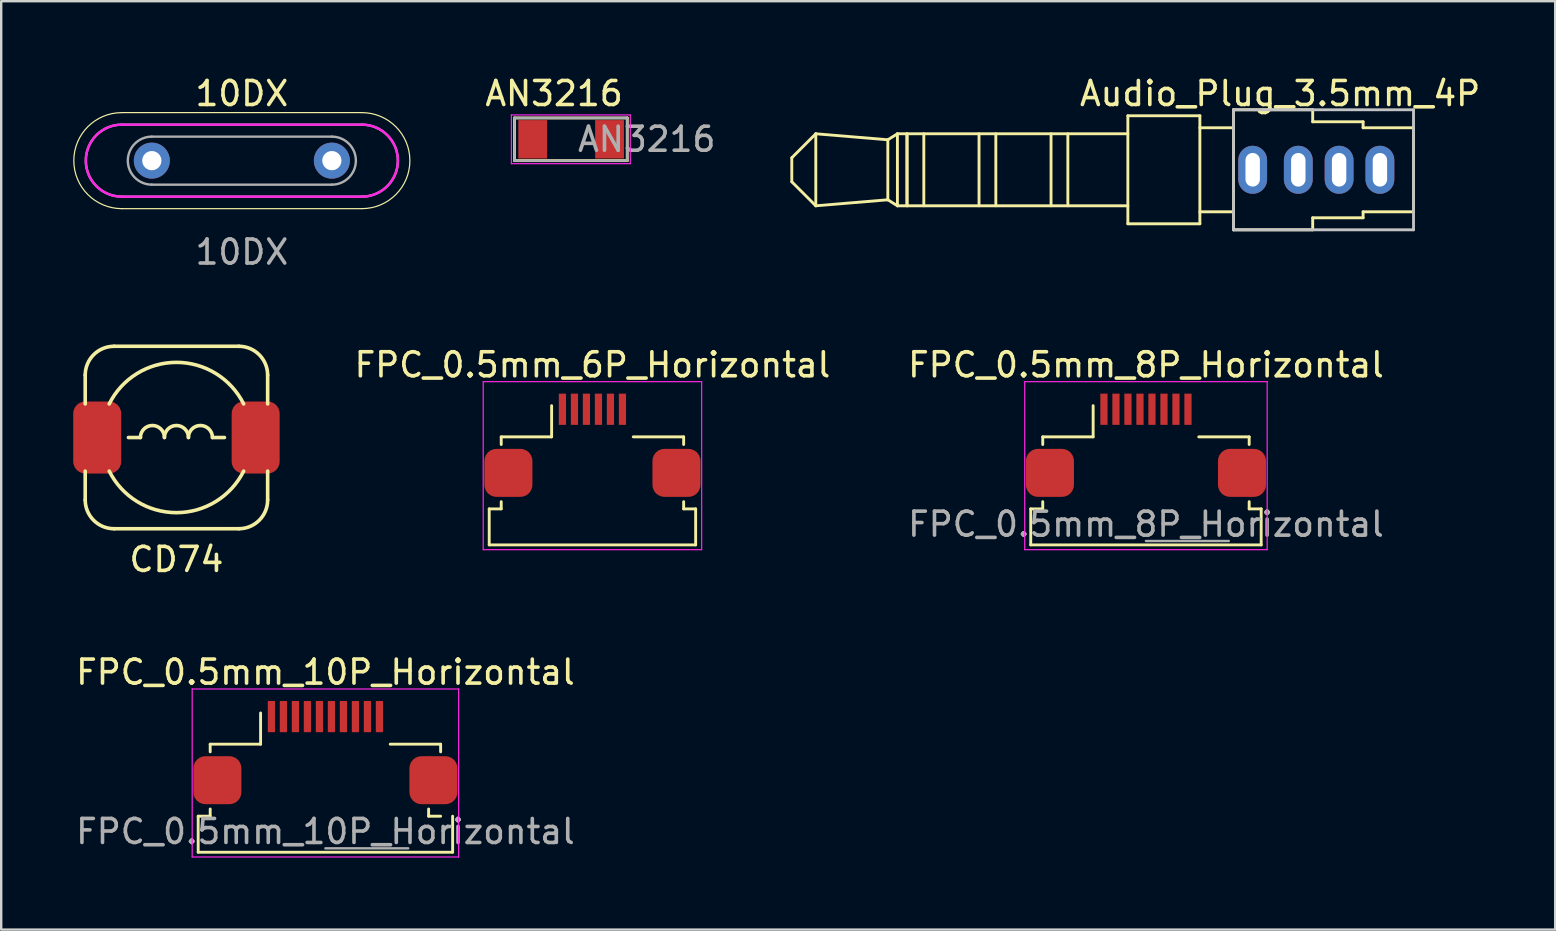
<source format=kicad_pcb>
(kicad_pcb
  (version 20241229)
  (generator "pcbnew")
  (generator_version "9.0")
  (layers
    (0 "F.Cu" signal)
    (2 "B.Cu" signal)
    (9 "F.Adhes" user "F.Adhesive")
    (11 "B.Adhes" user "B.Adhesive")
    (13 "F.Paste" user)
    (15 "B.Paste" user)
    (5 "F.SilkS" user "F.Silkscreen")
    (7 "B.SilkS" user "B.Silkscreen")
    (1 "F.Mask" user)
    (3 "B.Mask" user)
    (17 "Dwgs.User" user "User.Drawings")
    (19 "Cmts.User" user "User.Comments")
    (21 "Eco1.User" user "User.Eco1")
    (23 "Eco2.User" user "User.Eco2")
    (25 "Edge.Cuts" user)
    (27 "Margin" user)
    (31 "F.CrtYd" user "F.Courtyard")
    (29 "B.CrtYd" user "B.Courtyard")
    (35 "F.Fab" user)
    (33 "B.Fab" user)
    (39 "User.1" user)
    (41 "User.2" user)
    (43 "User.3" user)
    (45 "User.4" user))
  (footprint "FPC_0.5mm_8P_Horizontal"
    (layer "F.Cu")
    (at 44.689 15.849)
    (property "Reference" "FPC_0.5mm_8P_Horizontal" (at 0 -3.7 0) (layer "F.SilkS") (effects (font (size 1 1) (thickness 0.15))))
    (attr smd)
    (fp_line (start -4.8 2.3) (end -4.8 3.8) (stroke (width 0.12) (type solid)) (layer "F.SilkS"))
    (fp_line (start -4.8 2.3) (end -4.3 2.3) (stroke (width 0.12) (type solid)) (layer "F.SilkS"))
    (fp_line (start -4.8 3.8) (end 4.8 3.8) (stroke (width 0.12) (type solid)) (layer "F.SilkS"))
    (fp_line (start -4.3 -0.7) (end -4.3 -0.381) (stroke (width 0.12) (type solid)) (layer "F.SilkS"))
    (fp_line (start -4.3 2) (end -4.3 2.3) (stroke (width 0.12) (type solid)) (layer "F.SilkS"))
    (fp_line (start -2.2 -0.7) (end -4.3 -0.7) (stroke (width 0.12) (type solid)) (layer "F.SilkS"))
    (fp_line (start -2.2 -0.7) (end -2.2 -2) (stroke (width 0.12) (type solid)) (layer "F.SilkS"))
    (fp_line (start 2.2 -0.7) (end 4.3 -0.7) (stroke (width 0.12) (type solid)) (layer "F.SilkS"))
    (fp_line (start 4.3 -0.7) (end 4.3 -0.381) (stroke (width 0.12) (type solid)) (layer "F.SilkS"))
    (fp_line (start 4.3 2) (end 4.3 2.3) (stroke (width 0.12) (type solid)) (layer "F.SilkS"))
    (fp_line (start 4.3 2.3) (end 4.8 2.3) (stroke (width 0.12) (type solid)) (layer "F.SilkS"))
    (fp_line (start 4.8 2.3) (end 4.8 3.8) (stroke (width 0.12) (type solid)) (layer "F.SilkS"))
    (fp_line (start -5.05 -3) (end -5.05 4) (stroke (width 0.05) (type solid)) (layer "F.CrtYd"))
    (fp_line (start -5.05 4) (end 5.05 4) (stroke (width 0.05) (type solid)) (layer "F.CrtYd"))
    (fp_line (start 5.05 -3) (end -5.05 -3) (stroke (width 0.05) (type solid)) (layer "F.CrtYd"))
    (fp_line (start 5.05 4) (end 5.05 -3) (stroke (width 0.05) (type solid)) (layer "F.CrtYd"))
    (fp_line (start 3.45 3.638) (end 0 3.638) (stroke (width 0.1) (type solid)) (layer "F.Fab"))
    (fp_text user "${REFERENCE}" (at 0 2.938 0) (layer "F.Fab") (effects (font (size 1 1) (thickness 0.15))))
    (pad "1" smd rect (at -1.75 -1.85) (size 0.3 1.3) (layers "F.Cu" "F.Mask" "F.Paste"))
    (pad "2" smd rect (at -1.25 -1.85) (size 0.3 1.3) (layers "F.Cu" "F.Mask" "F.Paste"))
    (pad "3" smd rect (at -0.75 -1.85) (size 0.3 1.3) (layers "F.Cu" "F.Mask" "F.Paste"))
    (pad "4" smd rect (at -0.25 -1.85) (size 0.3 1.3) (layers "F.Cu" "F.Mask" "F.Paste"))
    (pad "5" smd rect (at 0.25 -1.85) (size 0.3 1.3) (layers "F.Cu" "F.Mask" "F.Paste"))
    (pad "6" smd rect (at 0.75 -1.85) (size 0.3 1.3) (layers "F.Cu" "F.Mask" "F.Paste"))
    (pad "7" smd rect (at 1.25 -1.85) (size 0.3 1.3) (layers "F.Cu" "F.Mask" "F.Paste"))
    (pad "8" smd rect (at 1.75 -1.85) (size 0.3 1.3) (layers "F.Cu" "F.Mask" "F.Paste"))
    (pad "MP" smd roundrect (at -4 0.8) (size 2 2) (layers "F.Cu" "F.Mask" "F.Paste") (roundrect_rratio 0.25))
    (pad "MP" smd roundrect (at 4 0.8) (size 2 2) (layers "F.Cu" "F.Mask" "F.Paste") (roundrect_rratio 0.25)))
  (footprint "Audio_Plug_3.5mm_4P"
    (layer "F.Cu")
    (at 49.135 4.023)
    (property "Reference" "Audio_Plug_3.5mm_4P" (at 1.143 -3.175 0) (layer "F.SilkS") (effects (font (size 1 1) (thickness 0.15))))
    (attr through_hole)
    (fp_line (start -19.2 -0.5) (end -19.2 0.5) (stroke (width 0.12) (type solid)) (layer "F.SilkS"))
    (fp_line (start -19.2 -0.5) (end -18.2 -1.5) (stroke (width 0.12) (type solid)) (layer "F.SilkS"))
    (fp_line (start -19.2 0.5) (end -18.2 1.5) (stroke (width 0.12) (type solid)) (layer "F.SilkS"))
    (fp_line (start -18.2 -1.5) (end -18.2 1.5) (stroke (width 0.12) (type solid)) (layer "F.SilkS"))
    (fp_line (start -18.2 -1.5) (end -15.2 -1.25) (stroke (width 0.12) (type solid)) (layer "F.SilkS"))
    (fp_line (start -18.2 1.5) (end -15.2 1.25) (stroke (width 0.12) (type solid)) (layer "F.SilkS"))
    (fp_line (start -15.2 -1.25) (end -15.2 1.25) (stroke (width 0.12) (type solid)) (layer "F.SilkS"))
    (fp_line (start -15.2 -1.25) (end -14.8 -1.5) (stroke (width 0.12) (type solid)) (layer "F.SilkS"))
    (fp_line (start -15.2 1.25) (end -14.8 1.5) (stroke (width 0.12) (type solid)) (layer "F.SilkS"))
    (fp_line (start -14.8 -1.5) (end -14.8 1.5) (stroke (width 0.12) (type solid)) (layer "F.SilkS"))
    (fp_line (start -14.8 -1.5) (end -5.2 -1.5) (stroke (width 0.12) (type solid)) (layer "F.SilkS"))
    (fp_line (start -14.8 1.5) (end -5.2 1.5) (stroke (width 0.12) (type solid)) (layer "F.SilkS"))
    (fp_line (start -14.4 -1.5) (end -14.4 1.5) (stroke (width 0.12) (type solid)) (layer "F.SilkS"))
    (fp_line (start -14.4 -1.5) (end -14.4 1.5) (stroke (width 0.12) (type solid)) (layer "F.SilkS"))
    (fp_line (start -13.7 -1.5) (end -13.7 1.5) (stroke (width 0.12) (type solid)) (layer "F.SilkS"))
    (fp_line (start -11.4 -1.5) (end -11.4 1.5) (stroke (width 0.12) (type solid)) (layer "F.SilkS"))
    (fp_line (start -10.7 -1.5) (end -10.7 1.5) (stroke (width 0.12) (type solid)) (layer "F.SilkS"))
    (fp_line (start -8.4 -1.5) (end -8.4 1.5) (stroke (width 0.12) (type solid)) (layer "F.SilkS"))
    (fp_line (start -7.7 -1.5) (end -7.7 1.5) (stroke (width 0.12) (type solid)) (layer "F.SilkS"))
    (fp_line (start -5.2 -2.25) (end -5.2 2.25) (stroke (width 0.12) (type solid)) (layer "F.SilkS"))
    (fp_line (start -5.2 -2.25) (end -2.2 -2.25) (stroke (width 0.12) (type solid)) (layer "F.SilkS"))
    (fp_line (start -2.2 -2.25) (end -2.2 2.25) (stroke (width 0.12) (type solid)) (layer "F.SilkS"))
    (fp_line (start -2.2 -1.75) (end -0.8 -1.75) (stroke (width 0.12) (type solid)) (layer "F.SilkS"))
    (fp_line (start -2.2 1.75) (end -0.8 1.75) (stroke (width 0.12) (type solid)) (layer "F.SilkS"))
    (fp_line (start -2.2 2.25) (end -5.2 2.25) (stroke (width 0.12) (type solid)) (layer "F.SilkS"))
    (fp_line (start -0.8 -2.5) (end -0.8 2.5) (stroke (width 0.12) (type solid)) (layer "F.SilkS"))
    (fp_line (start -0.8 2.5) (end 2.5 2.5) (stroke (width 0.12) (type solid)) (layer "F.SilkS"))
    (fp_line (start 2.5 -2.5) (end -0.8 -2.5) (stroke (width 0.12) (type solid)) (layer "F.SilkS"))
    (fp_line (start 2.5 -2) (end 2.5 -2.5) (stroke (width 0.12) (type solid)) (layer "F.SilkS"))
    (fp_line (start 2.5 2) (end 2.5 2.5) (stroke (width 0.12) (type solid)) (layer "F.SilkS"))
    (fp_line (start 4.6 -2) (end 2.5 -2) (stroke (width 0.12) (type solid)) (layer "F.SilkS"))
    (fp_line (start 4.6 -1.75) (end 4.6 -2) (stroke (width 0.12) (type solid)) (layer "F.SilkS"))
    (fp_line (start 4.6 1.75) (end 4.6 2) (stroke (width 0.12) (type solid)) (layer "F.SilkS"))
    (fp_line (start 4.6 2) (end 2.5 2) (stroke (width 0.12) (type solid)) (layer "F.SilkS"))
    (fp_line (start 6.7 -1.75) (end 4.6 -1.75) (stroke (width 0.12) (type solid)) (layer "F.SilkS"))
    (fp_line (start 6.7 -1.75) (end 6.7 1.75) (stroke (width 0.12) (type solid)) (layer "F.SilkS"))
    (fp_line (start 6.7 1.75) (end 4.6 1.75) (stroke (width 0.12) (type solid)) (layer "F.SilkS"))
    (fp_line (start -0.8 -2.5) (end -0.8 2.5) (stroke (width 0.12) (type solid)) (layer "Dwgs.User"))
    (fp_line (start -0.8 2.5) (end 6.7 2.5) (stroke (width 0.12) (type solid)) (layer "Dwgs.User"))
    (fp_line (start 6.7 -2.5) (end -0.8 -2.5) (stroke (width 0.12) (type solid)) (layer "Dwgs.User"))
    (fp_line (start 6.7 -2.5) (end 6.7 2.5) (stroke (width 0.12) (type solid)) (layer "Dwgs.User"))
    (pad "1" thru_hole oval (at 5.3 0 90) (size 2 1.2) (drill oval 1.4 0.6) (layers "*.Cu" "*.Mask"))
    (pad "2" thru_hole oval (at 3.6 0 90) (size 2 1.2) (drill oval 1.4 0.6) (layers "*.Cu" "*.Mask"))
    (pad "3" thru_hole oval (at 1.9 0 90) (size 2 1.2) (drill oval 1.4 0.6) (layers "*.Cu" "*.Mask"))
    (pad "4" thru_hole oval (at 0 0 90) (size 2 1.2) (drill oval 1.4 0.6) (layers "*.Cu" "*.Mask")))
  (footprint "CD74"
    (layer "F.Cu")
    (at 4.3 15.176)
    (property "Reference" "CD74" (at 0 5.08 0) (layer "F.SilkS") (effects (font (size 1 1) (thickness 0.15))))
    (attr through_hole)
    (fp_line (start -3.8 -2.6) (end -3.8 -1.4) (stroke (width 0.15) (type solid)) (layer "F.SilkS"))
    (fp_line (start -3.8 1.4) (end -3.8 2.6) (stroke (width 0.15) (type solid)) (layer "F.SilkS"))
    (fp_line (start -2.6 -3.8) (end 2.6 -3.8) (stroke (width 0.15) (type solid)) (layer "F.SilkS"))
    (fp_line (start -2.6 3.8) (end 2.6 3.8) (stroke (width 0.15) (type solid)) (layer "F.SilkS"))
    (fp_line (start -2 0) (end -1.5 0) (stroke (width 0.15) (type solid)) (layer "F.SilkS"))
    (fp_line (start 2 0) (end 1.5 0) (stroke (width 0.15) (type solid)) (layer "F.SilkS"))
    (fp_line (start 3.8 -2.6) (end 3.8 -1.4) (stroke (width 0.15) (type solid)) (layer "F.SilkS"))
    (fp_line (start 3.8 2.6) (end 3.8 1.4) (stroke (width 0.15) (type solid)) (layer "F.SilkS"))
    (fp_arc (start -3.799992 -2.599995) (mid -3.448521 -3.448521) (end -2.599995 -3.799992) (stroke (width 0.150012) (type solid)) (layer "F.SilkS"))
    (fp_arc (start -2.799994 -1.399997) (mid 0 -3.130507) (end 2.799994 -1.399997) (stroke (width 0.150012) (type solid)) (layer "F.SilkS"))
    (fp_arc (start -2.599995 3.799967) (mid -3.448522 3.448496) (end -3.799993 2.599969) (stroke (width 0.150012) (type solid)) (layer "F.SilkS"))
    (fp_arc (start -1.499997 0) (mid -0.999998 -0.499999) (end -0.499999 0) (stroke (width 0.150012) (type solid)) (layer "F.SilkS"))
    (fp_arc (start -0.499999 -0.000025) (mid 0.000012 -0.500012) (end 0.499999 -0.000001) (stroke (width 0.150012) (type solid)) (layer "F.SilkS"))
    (fp_arc (start 0.499999 0) (mid 0.999998 -0.499999) (end 1.499997 0) (stroke (width 0.150012) (type solid)) (layer "F.SilkS"))
    (fp_arc (start 2.599969 -3.800018) (mid 3.448496 -3.448547) (end 3.799967 -2.60002) (stroke (width 0.150012) (type solid)) (layer "F.SilkS"))
    (fp_arc (start 2.799994 1.399997) (mid 0 3.130476) (end -2.799994 1.399997) (stroke (width 0.150012) (type solid)) (layer "F.SilkS"))
    (fp_arc (start 3.799967 2.599969) (mid 3.448496 3.448496) (end 2.599969 3.799967) (stroke (width 0.150012) (type solid)) (layer "F.SilkS"))
    (pad "1" smd roundrect (at -3.3 0) (size 2 3) (layers "F.Cu" "F.Mask" "F.Paste") (roundrect_rratio 0.25))
    (pad "2" smd roundrect (at 3.3 0) (size 2 3) (layers "F.Cu" "F.Mask" "F.Paste") (roundrect_rratio 0.25)))
  (footprint "FPC_0.5mm_6P_Horizontal"
    (layer "F.Cu")
    (at 21.63 15.849)
    (property "Reference" "FPC_0.5mm_6P_Horizontal" (at 0 -3.7 0) (layer "F.SilkS") (effects (font (size 1 1) (thickness 0.15))))
    (attr smd)
    (fp_line (start -4.3 2.3) (end -4.3 3.8) (stroke (width 0.12) (type solid)) (layer "F.SilkS"))
    (fp_line (start -4.3 2.3) (end -3.8 2.3) (stroke (width 0.12) (type solid)) (layer "F.SilkS"))
    (fp_line (start -4.3 3.8) (end 4.3 3.8) (stroke (width 0.12) (type solid)) (layer "F.SilkS"))
    (fp_line (start -3.8 -0.7) (end -3.8 -0.381) (stroke (width 0.12) (type solid)) (layer "F.SilkS"))
    (fp_line (start -3.8 2) (end -3.8 2.3) (stroke (width 0.12) (type solid)) (layer "F.SilkS"))
    (fp_line (start -1.7 -0.7) (end -3.8 -0.7) (stroke (width 0.12) (type solid)) (layer "F.SilkS"))
    (fp_line (start -1.7 -0.7) (end -1.7 -2) (stroke (width 0.12) (type solid)) (layer "F.SilkS"))
    (fp_line (start 1.7 -0.7) (end 3.8 -0.7) (stroke (width 0.12) (type solid)) (layer "F.SilkS"))
    (fp_line (start 3.8 -0.7) (end 3.8 -0.381) (stroke (width 0.12) (type solid)) (layer "F.SilkS"))
    (fp_line (start 3.8 2) (end 3.8 2.3) (stroke (width 0.12) (type solid)) (layer "F.SilkS"))
    (fp_line (start 3.8 2.3) (end 4.3 2.3) (stroke (width 0.12) (type solid)) (layer "F.SilkS"))
    (fp_line (start 4.3 2.3) (end 4.3 3.8) (stroke (width 0.12) (type solid)) (layer "F.SilkS"))
    (fp_line (start -4.55 -3) (end -4.55 4) (stroke (width 0.05) (type solid)) (layer "F.CrtYd"))
    (fp_line (start -4.55 4) (end 4.55 4) (stroke (width 0.05) (type solid)) (layer "F.CrtYd"))
    (fp_line (start 4.55 -3) (end -4.55 -3) (stroke (width 0.05) (type solid)) (layer "F.CrtYd"))
    (fp_line (start 4.55 4) (end 4.55 -3) (stroke (width 0.05) (type solid)) (layer "F.CrtYd"))
    (pad "1" smd rect (at -1.25 -1.85) (size 0.3 1.3) (layers "F.Cu" "F.Mask" "F.Paste"))
    (pad "2" smd rect (at -0.75 -1.85) (size 0.3 1.3) (layers "F.Cu" "F.Mask" "F.Paste"))
    (pad "3" smd rect (at -0.25 -1.85) (size 0.3 1.3) (layers "F.Cu" "F.Mask" "F.Paste"))
    (pad "4" smd rect (at 0.25 -1.85) (size 0.3 1.3) (layers "F.Cu" "F.Mask" "F.Paste"))
    (pad "5" smd rect (at 0.75 -1.85) (size 0.3 1.3) (layers "F.Cu" "F.Mask" "F.Paste"))
    (pad "6" smd rect (at 1.25 -1.85) (size 0.3 1.3) (layers "F.Cu" "F.Mask" "F.Paste"))
    (pad "MP" smd roundrect (at -3.5 0.8) (size 2 2) (layers "F.Cu" "F.Mask" "F.Paste") (roundrect_rratio 0.25))
    (pad "MP" smd roundrect (at 3.5 0.8) (size 2 2) (layers "F.Cu" "F.Mask" "F.Paste") (roundrect_rratio 0.25)))
  (footprint "FPC_0.5mm_10P_Horizontal"
    (layer "F.Cu")
    (at 10.506 28.652)
    (property "Reference" "FPC_0.5mm_10P_Horizontal" (at 0 -3.7 0) (layer "F.SilkS") (effects (font (size 1 1) (thickness 0.15))))
    (attr smd)
    (fp_line (start -5.3 2.3) (end -5.3 3.8) (stroke (width 0.12) (type solid)) (layer "F.SilkS"))
    (fp_line (start -5.3 2.3) (end -4.8 2.3) (stroke (width 0.12) (type solid)) (layer "F.SilkS"))
    (fp_line (start -5.3 3.8) (end 5.3 3.8) (stroke (width 0.12) (type solid)) (layer "F.SilkS"))
    (fp_line (start -4.8 -0.7) (end -4.8 -0.381) (stroke (width 0.12) (type solid)) (layer "F.SilkS"))
    (fp_line (start -4.8 2) (end -4.8 2.3) (stroke (width 0.12) (type solid)) (layer "F.SilkS"))
    (fp_line (start -2.7 -0.7) (end -4.8 -0.7) (stroke (width 0.12) (type solid)) (layer "F.SilkS"))
    (fp_line (start -2.7 -0.7) (end -2.7 -2) (stroke (width 0.12) (type solid)) (layer "F.SilkS"))
    (fp_line (start 2.7 -0.7) (end 4.8 -0.7) (stroke (width 0.12) (type solid)) (layer "F.SilkS"))
    (fp_line (start 4.3 2) (end 4.3 2.3) (stroke (width 0.12) (type solid)) (layer "F.SilkS"))
    (fp_line (start 4.3 2.3) (end 4.8 2.3) (stroke (width 0.12) (type solid)) (layer "F.SilkS"))
    (fp_line (start 4.8 -0.7) (end 4.8 -0.381) (stroke (width 0.12) (type solid)) (layer "F.SilkS"))
    (fp_line (start 5.3 2.3) (end 5.3 3.8) (stroke (width 0.12) (type solid)) (layer "F.SilkS"))
    (fp_line (start -5.55 -3) (end -5.55 4) (stroke (width 0.05) (type solid)) (layer "F.CrtYd"))
    (fp_line (start -5.55 4) (end 5.55 4) (stroke (width 0.05) (type solid)) (layer "F.CrtYd"))
    (fp_line (start 5.55 -3) (end -5.55 -3) (stroke (width 0.05) (type solid)) (layer "F.CrtYd"))
    (fp_line (start 5.55 4) (end 5.55 -3) (stroke (width 0.05) (type solid)) (layer "F.CrtYd"))
    (fp_line (start 3.45 3.638) (end 0 3.638) (stroke (width 0.1) (type solid)) (layer "F.Fab"))
    (fp_text user "${REFERENCE}" (at 0 2.938 0) (layer "F.Fab") (effects (font (size 1 1) (thickness 0.15))))
    (pad "1" smd rect (at -2.25 -1.85) (size 0.3 1.3) (layers "F.Cu" "F.Mask" "F.Paste"))
    (pad "2" smd rect (at -1.75 -1.85) (size 0.3 1.3) (layers "F.Cu" "F.Mask" "F.Paste"))
    (pad "3" smd rect (at -1.25 -1.85) (size 0.3 1.3) (layers "F.Cu" "F.Mask" "F.Paste"))
    (pad "4" smd rect (at -0.75 -1.85) (size 0.3 1.3) (layers "F.Cu" "F.Mask" "F.Paste"))
    (pad "5" smd rect (at -0.25 -1.85) (size 0.3 1.3) (layers "F.Cu" "F.Mask" "F.Paste"))
    (pad "6" smd rect (at 0.25 -1.85) (size 0.3 1.3) (layers "F.Cu" "F.Mask" "F.Paste"))
    (pad "7" smd rect (at 0.75 -1.85) (size 0.3 1.3) (layers "F.Cu" "F.Mask" "F.Paste"))
    (pad "8" smd rect (at 1.25 -1.85) (size 0.3 1.3) (layers "F.Cu" "F.Mask" "F.Paste"))
    (pad "9" smd rect (at 1.75 -1.85) (size 0.3 1.3) (layers "F.Cu" "F.Mask" "F.Paste"))
    (pad "10" smd rect (at 2.25 -1.85) (size 0.3 1.3) (layers "F.Cu" "F.Mask" "F.Paste"))
    (pad "MP" smd roundrect (at -4.5 0.8) (size 2 2) (layers "F.Cu" "F.Mask" "F.Paste") (roundrect_rratio 0.25))
    (pad "MP" smd roundrect (at 4.5 0.8) (size 2 2) (layers "F.Cu" "F.Mask" "F.Paste") (roundrect_rratio 0.25)))
  (footprint "10DX"
    (layer "F.Cu")
    (at 7.025 3.642)
    (property "Reference" "10DX" (at 0 -2.794 0) (layer "F.SilkS") (effects (font (size 1 1) (thickness 0.15))))
    (attr through_hole)
    (fp_line (start -5 2) (end 5 2) (stroke (width 0.05) (type solid)) (layer "F.SilkS"))
    (fp_line (start 5 -2) (end -5 -2) (stroke (width 0.05) (type solid)) (layer "F.SilkS"))
    (fp_arc (start -5 2) (mid -7 0) (end -5 -2) (stroke (width 0.05) (type solid)) (layer "F.SilkS"))
    (fp_arc (start 5 -2) (mid 7 0) (end 5 2) (stroke (width 0.05) (type solid)) (layer "F.SilkS"))
    (fp_line (start -5 -1.5) (end 5 -1.5) (stroke (width 0.1) (type solid)) (layer "F.CrtYd"))
    (fp_line (start -5 1.5) (end 5 1.5) (stroke (width 0.1) (type solid)) (layer "F.CrtYd"))
    (fp_arc (start -5 1.5) (mid -6.5 0) (end -5 -1.5) (stroke (width 0.1) (type solid)) (layer "F.CrtYd"))
    (fp_arc (start 5 -1.5) (mid 6.5 0) (end 5 1.5) (stroke (width 0.1) (type solid)) (layer "F.CrtYd"))
    (fp_line (start -5 -1.5) (end 5 -1.5) (stroke (width 0.1) (type solid)) (layer "F.Fab"))
    (fp_line (start -5 1.5) (end 5 1.5) (stroke (width 0.1) (type solid)) (layer "F.Fab"))
    (fp_line (start -3.75 -1) (end 3.75 -1) (stroke (width 0.1) (type solid)) (layer "F.Fab"))
    (fp_line (start -3.75 1) (end 3.75 1) (stroke (width 0.1) (type solid)) (layer "F.Fab"))
    (fp_arc (start -5 1.5) (mid -6.5 0) (end -5 -1.5) (stroke (width 0.1) (type solid)) (layer "F.Fab"))
    (fp_arc (start -3.75 1) (mid -4.75 0) (end -3.75 -1) (stroke (width 0.1) (type solid)) (layer "F.Fab"))
    (fp_arc (start 3.75 -1) (mid 4.75 0) (end 3.75 1) (stroke (width 0.1) (type solid)) (layer "F.Fab"))
    (fp_arc (start 5 -1.5) (mid 6.5 0) (end 5 1.5) (stroke (width 0.1) (type solid)) (layer "F.Fab"))
    (fp_text user "${REFERENCE}" (at 0.001 3.81 0) (layer "F.Fab") (effects (font (size 1 1) (thickness 0.15))))
    (pad "1" thru_hole circle (at -3.75 0) (size 1.5 1.5) (drill 0.8) (layers "*.Cu" "*.Mask"))
    (pad "2" thru_hole circle (at 3.75 0) (size 1.5 1.5) (drill 0.8) (layers "*.Cu" "*.Mask")))
  (footprint "AN3216"
    (layer "F.Cu")
    (at 19.143 2.753)
    (property "Reference" "AN3216" (at 0.889 -1.905 0) (layer "F.SilkS") (effects (font (size 1 1) (thickness 0.15))))
    (attr smd)
    (fp_line (start -0.762 -0.889) (end -0.762 0.889) (stroke (width 0.12) (type solid)) (layer "F.SilkS"))
    (fp_line (start -0.762 0.889) (end 3.937 0.889) (stroke (width 0.12) (type solid)) (layer "F.SilkS"))
    (fp_line (start 3.937 -0.889) (end -0.762 -0.889) (stroke (width 0.12) (type solid)) (layer "F.SilkS"))
    (fp_line (start 3.937 0.889) (end 3.937 -0.889) (stroke (width 0.12) (type solid)) (layer "F.SilkS"))
    (fp_line (start -0.889 -1.016) (end -0.889 1.016) (stroke (width 0.05) (type solid)) (layer "F.CrtYd"))
    (fp_line (start -0.889 1.016) (end 4.064 1.016) (stroke (width 0.05) (type solid)) (layer "F.CrtYd"))
    (fp_line (start 4.064 -1.016) (end -0.889 -1.016) (stroke (width 0.05) (type solid)) (layer "F.CrtYd"))
    (fp_line (start 4.064 1.016) (end 4.064 -1.016) (stroke (width 0.05) (type solid)) (layer "F.CrtYd"))
    (fp_line (start -0.762 -0.889) (end 3.937 -0.889) (stroke (width 0.1) (type solid)) (layer "F.Fab"))
    (fp_line (start -0.762 0.889) (end -0.762 -0.889) (stroke (width 0.1) (type solid)) (layer "F.Fab"))
    (fp_line (start 3.937 -0.889) (end 3.937 0.889) (stroke (width 0.1) (type solid)) (layer "F.Fab"))
    (fp_line (start 3.937 0.889) (end -0.762 0.889) (stroke (width 0.1) (type solid)) (layer "F.Fab"))
    (fp_text user "${REFERENCE}" (at 4.75 0 0) (layer "F.Fab") (effects (font (size 1 1) (thickness 0.15))))
    (pad "1" smd rect (at 0 0) (size 1.2 1.6) (layers "F.Cu" "F.Mask" "F.Paste"))
    (pad "2" smd rect (at 3.2 0) (size 1.2 1.6) (layers "F.Cu" "F.Mask" "F.Paste")))
  (gr_rect
    (start -3 -3)
    (end 61.737 35.677)
    (stroke (width 0.1) (type default))
    (fill no)
    (layer "Edge.Cuts")))
</source>
